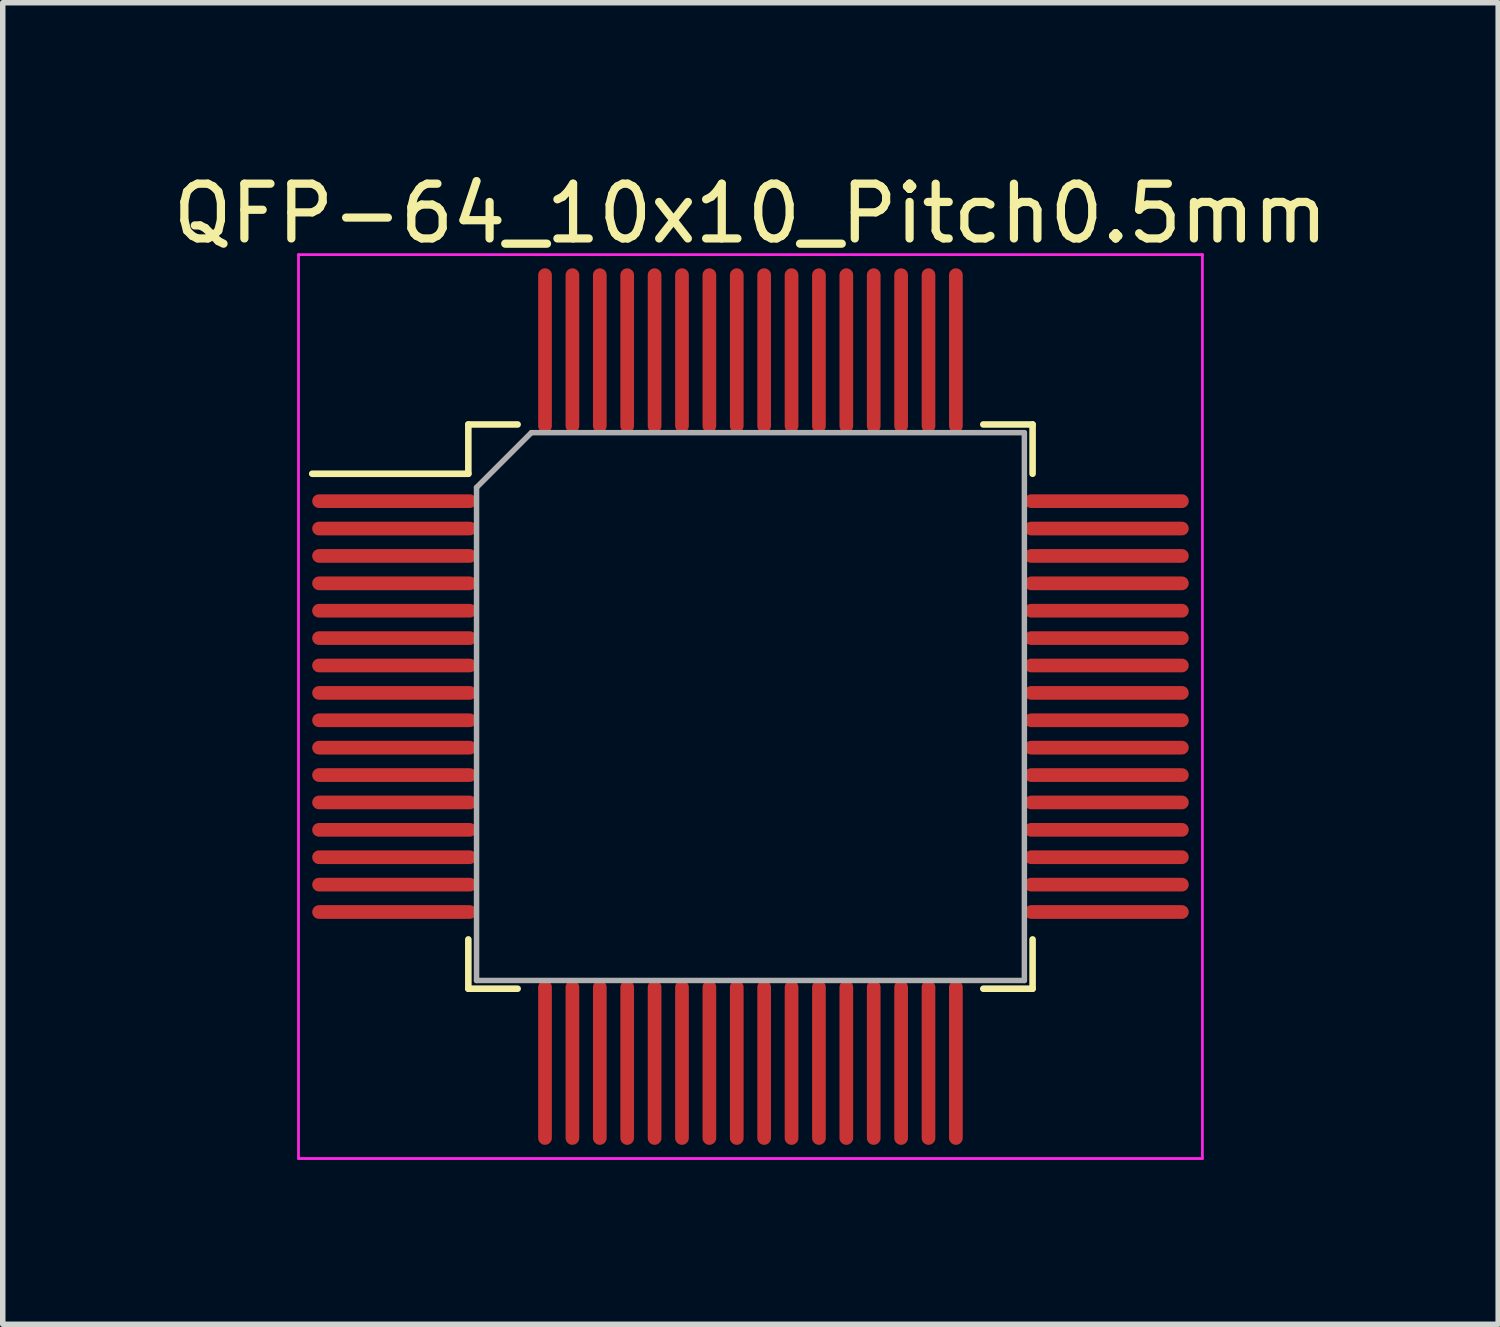
<source format=kicad_pcb>
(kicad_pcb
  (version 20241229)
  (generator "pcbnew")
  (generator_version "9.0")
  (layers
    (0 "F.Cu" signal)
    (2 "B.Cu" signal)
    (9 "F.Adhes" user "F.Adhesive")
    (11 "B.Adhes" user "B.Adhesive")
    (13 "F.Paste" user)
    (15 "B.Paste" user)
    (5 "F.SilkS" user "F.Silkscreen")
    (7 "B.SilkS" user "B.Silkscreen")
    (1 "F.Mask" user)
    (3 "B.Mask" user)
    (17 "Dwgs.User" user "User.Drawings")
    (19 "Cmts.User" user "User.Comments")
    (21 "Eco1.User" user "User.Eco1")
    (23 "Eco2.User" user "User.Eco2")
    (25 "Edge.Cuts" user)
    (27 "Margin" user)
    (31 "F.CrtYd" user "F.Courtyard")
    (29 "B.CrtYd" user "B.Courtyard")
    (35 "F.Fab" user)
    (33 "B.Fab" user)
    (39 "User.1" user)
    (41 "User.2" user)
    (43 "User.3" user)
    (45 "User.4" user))
  (footprint "QFP-64_10x10_Pitch0.5mm"
    (layer "F.Cu")
    (at 10.649 9.848)
    (property "Reference" "QFP-64_10x10_Pitch0.5mm" (at 0 -9 0) (layer "F.SilkS") (effects (font (size 1 1) (thickness 0.15))))
    (attr smd)
    (fp_line (start -5.15 -5.15) (end -5.15 -4.25) (stroke (width 0.12) (type solid)) (layer "F.SilkS"))
    (fp_line (start -5.15 -4.25) (end -8 -4.25) (stroke (width 0.12) (type solid)) (layer "F.SilkS"))
    (fp_line (start -5.15 5.15) (end -5.15 4.25) (stroke (width 0.12) (type solid)) (layer "F.SilkS"))
    (fp_line (start -4.25 -5.15) (end -5.15 -5.15) (stroke (width 0.12) (type solid)) (layer "F.SilkS"))
    (fp_line (start -4.25 5.15) (end -5.15 5.15) (stroke (width 0.12) (type solid)) (layer "F.SilkS"))
    (fp_line (start 4.25 -5.15) (end 5.15 -5.15) (stroke (width 0.12) (type solid)) (layer "F.SilkS"))
    (fp_line (start 4.25 5.15) (end 5.15 5.15) (stroke (width 0.12) (type solid)) (layer "F.SilkS"))
    (fp_line (start 5.15 -5.15) (end 5.15 -4.25) (stroke (width 0.12) (type solid)) (layer "F.SilkS"))
    (fp_line (start 5.15 5.15) (end 5.15 4.25) (stroke (width 0.12) (type solid)) (layer "F.SilkS"))
    (fp_line (start -8.25 -8.25) (end 8.25 -8.25) (stroke (width 0.05) (type solid)) (layer "F.CrtYd"))
    (fp_line (start -8.25 8.25) (end -8.25 -8.25) (stroke (width 0.05) (type solid)) (layer "F.CrtYd"))
    (fp_line (start 8.25 -8.25) (end 8.25 8.25) (stroke (width 0.05) (type solid)) (layer "F.CrtYd"))
    (fp_line (start 8.25 8.25) (end -8.25 8.25) (stroke (width 0.05) (type solid)) (layer "F.CrtYd"))
    (fp_line (start -5 -4) (end -5 5) (stroke (width 0.1) (type solid)) (layer "F.Fab"))
    (fp_line (start -5 5) (end 5 5) (stroke (width 0.1) (type solid)) (layer "F.Fab"))
    (fp_line (start -4 -5) (end -5 -4) (stroke (width 0.1) (type solid)) (layer "F.Fab"))
    (fp_line (start 5 -5) (end -4 -5) (stroke (width 0.1) (type solid)) (layer "F.Fab"))
    (fp_line (start 5 5) (end 5 -5) (stroke (width 0.1) (type solid)) (layer "F.Fab"))
    (pad "1" smd oval (at -6.5 -3.75 90) (size 0.25 3) (layers "F.Cu" "F.Mask" "F.Paste"))
    (pad "2" smd oval (at -6.5 -3.25 90) (size 0.25 3) (layers "F.Cu" "F.Mask" "F.Paste"))
    (pad "3" smd oval (at -6.5 -2.75 90) (size 0.25 3) (layers "F.Cu" "F.Mask" "F.Paste"))
    (pad "4" smd oval (at -6.5 -2.25 90) (size 0.25 3) (layers "F.Cu" "F.Mask" "F.Paste"))
    (pad "5" smd oval (at -6.5 -1.75 90) (size 0.25 3) (layers "F.Cu" "F.Mask" "F.Paste"))
    (pad "6" smd oval (at -6.5 -1.25 90) (size 0.25 3) (layers "F.Cu" "F.Mask" "F.Paste"))
    (pad "7" smd oval (at -6.5 -0.75 90) (size 0.25 3) (layers "F.Cu" "F.Mask" "F.Paste"))
    (pad "8" smd oval (at -6.5 -0.25 90) (size 0.25 3) (layers "F.Cu" "F.Mask" "F.Paste"))
    (pad "9" smd oval (at -6.5 0.25 90) (size 0.25 3) (layers "F.Cu" "F.Mask" "F.Paste"))
    (pad "10" smd oval (at -6.5 0.75 90) (size 0.25 3) (layers "F.Cu" "F.Mask" "F.Paste"))
    (pad "11" smd oval (at -6.5 1.25 90) (size 0.25 3) (layers "F.Cu" "F.Mask" "F.Paste"))
    (pad "12" smd oval (at -6.5 1.75 90) (size 0.25 3) (layers "F.Cu" "F.Mask" "F.Paste"))
    (pad "13" smd oval (at -6.5 2.25 90) (size 0.25 3) (layers "F.Cu" "F.Mask" "F.Paste"))
    (pad "14" smd oval (at -6.5 2.75 90) (size 0.25 3) (layers "F.Cu" "F.Mask" "F.Paste"))
    (pad "15" smd oval (at -6.5 3.25 90) (size 0.25 3) (layers "F.Cu" "F.Mask" "F.Paste"))
    (pad "16" smd oval (at -6.5 3.75 90) (size 0.25 3) (layers "F.Cu" "F.Mask" "F.Paste"))
    (pad "17" smd oval (at -3.75 6.5) (size 0.25 3) (layers "F.Cu" "F.Mask" "F.Paste"))
    (pad "18" smd oval (at -3.25 6.5) (size 0.25 3) (layers "F.Cu" "F.Mask" "F.Paste"))
    (pad "19" smd oval (at -2.75 6.5) (size 0.25 3) (layers "F.Cu" "F.Mask" "F.Paste"))
    (pad "20" smd oval (at -2.25 6.5) (size 0.25 3) (layers "F.Cu" "F.Mask" "F.Paste"))
    (pad "21" smd oval (at -1.75 6.5) (size 0.25 3) (layers "F.Cu" "F.Mask" "F.Paste"))
    (pad "22" smd oval (at -1.25 6.5) (size 0.25 3) (layers "F.Cu" "F.Mask" "F.Paste"))
    (pad "23" smd oval (at -0.75 6.5) (size 0.25 3) (layers "F.Cu" "F.Mask" "F.Paste"))
    (pad "24" smd oval (at -0.25 6.5) (size 0.25 3) (layers "F.Cu" "F.Mask" "F.Paste"))
    (pad "25" smd oval (at 0.25 6.5) (size 0.25 3) (layers "F.Cu" "F.Mask" "F.Paste"))
    (pad "26" smd oval (at 0.75 6.5) (size 0.25 3) (layers "F.Cu" "F.Mask" "F.Paste"))
    (pad "27" smd oval (at 1.25 6.5) (size 0.25 3) (layers "F.Cu" "F.Mask" "F.Paste"))
    (pad "28" smd oval (at 1.75 6.5) (size 0.25 3) (layers "F.Cu" "F.Mask" "F.Paste"))
    (pad "29" smd oval (at 2.25 6.5) (size 0.25 3) (layers "F.Cu" "F.Mask" "F.Paste"))
    (pad "30" smd oval (at 2.75 6.5) (size 0.25 3) (layers "F.Cu" "F.Mask" "F.Paste"))
    (pad "31" smd oval (at 3.25 6.5) (size 0.25 3) (layers "F.Cu" "F.Mask" "F.Paste"))
    (pad "32" smd oval (at 3.75 6.5) (size 0.25 3) (layers "F.Cu" "F.Mask" "F.Paste"))
    (pad "33" smd oval (at 6.5 3.75 90) (size 0.25 3) (layers "F.Cu" "F.Mask" "F.Paste"))
    (pad "34" smd oval (at 6.5 3.25 90) (size 0.25 3) (layers "F.Cu" "F.Mask" "F.Paste"))
    (pad "35" smd oval (at 6.5 2.75 90) (size 0.25 3) (layers "F.Cu" "F.Mask" "F.Paste"))
    (pad "36" smd oval (at 6.5 2.25 90) (size 0.25 3) (layers "F.Cu" "F.Mask" "F.Paste"))
    (pad "37" smd oval (at 6.5 1.75 90) (size 0.25 3) (layers "F.Cu" "F.Mask" "F.Paste"))
    (pad "38" smd oval (at 6.5 1.25 90) (size 0.25 3) (layers "F.Cu" "F.Mask" "F.Paste"))
    (pad "39" smd oval (at 6.5 0.75 90) (size 0.25 3) (layers "F.Cu" "F.Mask" "F.Paste"))
    (pad "40" smd oval (at 6.5 0.25 90) (size 0.25 3) (layers "F.Cu" "F.Mask" "F.Paste"))
    (pad "41" smd oval (at 6.5 -0.25 90) (size 0.25 3) (layers "F.Cu" "F.Mask" "F.Paste"))
    (pad "42" smd oval (at 6.5 -0.75 90) (size 0.25 3) (layers "F.Cu" "F.Mask" "F.Paste"))
    (pad "43" smd oval (at 6.5 -1.25 90) (size 0.25 3) (layers "F.Cu" "F.Mask" "F.Paste"))
    (pad "44" smd oval (at 6.5 -1.75 90) (size 0.25 3) (layers "F.Cu" "F.Mask" "F.Paste"))
    (pad "45" smd oval (at 6.5 -2.25 90) (size 0.25 3) (layers "F.Cu" "F.Mask" "F.Paste"))
    (pad "46" smd oval (at 6.5 -2.75 90) (size 0.25 3) (layers "F.Cu" "F.Mask" "F.Paste"))
    (pad "47" smd oval (at 6.5 -3.25 90) (size 0.25 3) (layers "F.Cu" "F.Mask" "F.Paste"))
    (pad "48" smd oval (at 6.5 -3.75 90) (size 0.25 3) (layers "F.Cu" "F.Mask" "F.Paste"))
    (pad "49" smd oval (at 3.75 -6.5) (size 0.25 3) (layers "F.Cu" "F.Mask" "F.Paste"))
    (pad "50" smd oval (at 3.25 -6.5) (size 0.25 3) (layers "F.Cu" "F.Mask" "F.Paste"))
    (pad "51" smd oval (at 2.75 -6.5) (size 0.25 3) (layers "F.Cu" "F.Mask" "F.Paste"))
    (pad "52" smd oval (at 2.25 -6.5) (size 0.25 3) (layers "F.Cu" "F.Mask" "F.Paste"))
    (pad "53" smd oval (at 1.75 -6.5) (size 0.25 3) (layers "F.Cu" "F.Mask" "F.Paste"))
    (pad "54" smd oval (at 1.25 -6.5) (size 0.25 3) (layers "F.Cu" "F.Mask" "F.Paste"))
    (pad "55" smd oval (at 0.75 -6.5) (size 0.25 3) (layers "F.Cu" "F.Mask" "F.Paste"))
    (pad "56" smd oval (at 0.25 -6.5) (size 0.25 3) (layers "F.Cu" "F.Mask" "F.Paste"))
    (pad "57" smd oval (at -0.25 -6.5) (size 0.25 3) (layers "F.Cu" "F.Mask" "F.Paste"))
    (pad "58" smd oval (at -0.75 -6.5) (size 0.25 3) (layers "F.Cu" "F.Mask" "F.Paste"))
    (pad "59" smd oval (at -1.25 -6.5) (size 0.25 3) (layers "F.Cu" "F.Mask" "F.Paste"))
    (pad "60" smd oval (at -1.75 -6.5) (size 0.25 3) (layers "F.Cu" "F.Mask" "F.Paste"))
    (pad "61" smd oval (at -2.25 -6.5) (size 0.25 3) (layers "F.Cu" "F.Mask" "F.Paste"))
    (pad "62" smd oval (at -2.75 -6.5) (size 0.25 3) (layers "F.Cu" "F.Mask" "F.Paste"))
    (pad "63" smd oval (at -3.25 -6.5) (size 0.25 3) (layers "F.Cu" "F.Mask" "F.Paste"))
    (pad "64" smd oval (at -3.75 -6.5) (size 0.25 3) (layers "F.Cu" "F.Mask" "F.Paste")))
  (gr_rect
    (start -3 -3)
    (end 24.298 21.123)
    (stroke (width 0.1) (type default))
    (fill no)
    (layer "Edge.Cuts")))
</source>
